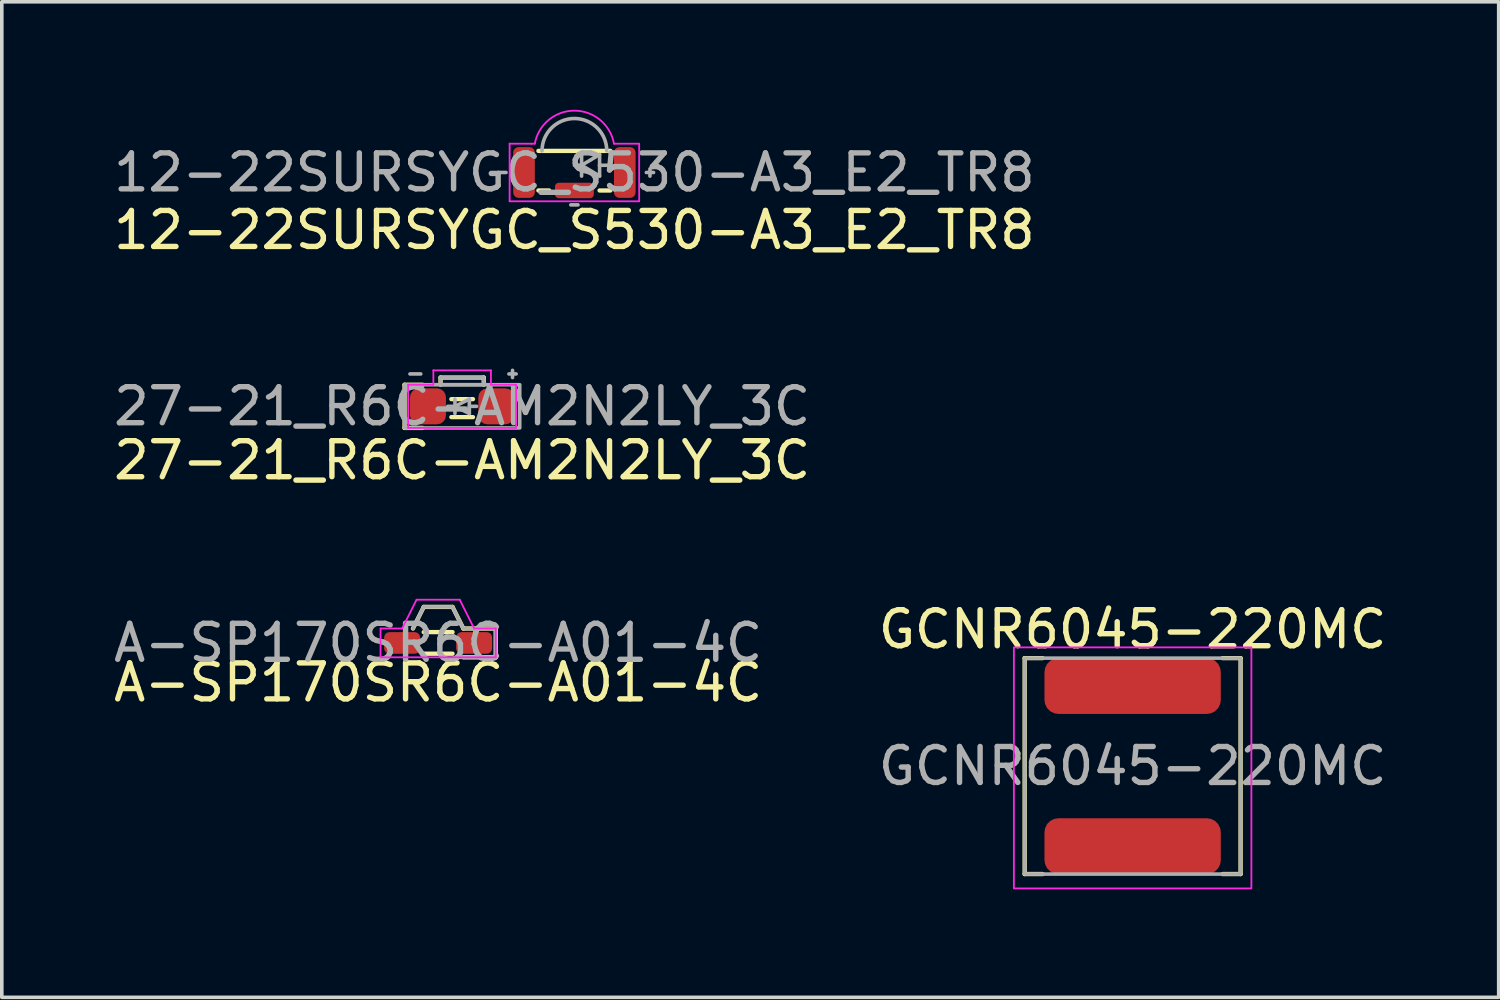
<source format=kicad_pcb>
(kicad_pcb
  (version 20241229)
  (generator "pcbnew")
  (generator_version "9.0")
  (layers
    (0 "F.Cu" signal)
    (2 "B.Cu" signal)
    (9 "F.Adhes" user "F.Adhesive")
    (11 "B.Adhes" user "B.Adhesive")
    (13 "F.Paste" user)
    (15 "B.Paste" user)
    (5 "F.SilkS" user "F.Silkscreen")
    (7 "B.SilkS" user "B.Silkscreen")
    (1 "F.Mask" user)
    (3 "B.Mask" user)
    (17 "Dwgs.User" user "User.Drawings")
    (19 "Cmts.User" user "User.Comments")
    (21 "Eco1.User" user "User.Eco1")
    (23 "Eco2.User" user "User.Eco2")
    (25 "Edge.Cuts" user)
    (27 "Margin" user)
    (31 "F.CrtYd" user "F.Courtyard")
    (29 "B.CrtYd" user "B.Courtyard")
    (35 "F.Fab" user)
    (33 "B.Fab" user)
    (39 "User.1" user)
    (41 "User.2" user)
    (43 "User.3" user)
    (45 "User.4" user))
  (footprint "GCNR6045-220MC"
    (layer "F.Cu")
    (at 28.423 18.238)
    (property "Reference" "GCNR6045-220MC" (at 0 -3.8 0) (unlocked yes) (layer "F.SilkS") (effects (font (size 1 1) (thickness 0.15))))
    (attr smd)
    (fp_line (start -3 3) (end -3 -3) (stroke (width 0.12) (type default)) (layer "F.SilkS"))
    (fp_line (start -3 3) (end -2.5 3) (stroke (width 0.12) (type default)) (layer "F.SilkS"))
    (fp_line (start -2.5 -3) (end -3 -3) (stroke (width 0.12) (type default)) (layer "F.SilkS"))
    (fp_line (start 3 -3) (end 2.5 -3) (stroke (width 0.12) (type default)) (layer "F.SilkS"))
    (fp_line (start 3 3) (end 2.5 3) (stroke (width 0.12) (type default)) (layer "F.SilkS"))
    (fp_line (start 3 3) (end 3 -3) (stroke (width 0.12) (type default)) (layer "F.SilkS"))
    (fp_rect (start -3.3 -3.3) (end 3.3 3.4) (stroke (width 0.05) (type default)) (fill no) (layer "F.CrtYd"))
    (fp_rect (start -3 -3) (end 3 3) (stroke (width 0.1) (type default)) (fill no) (layer "F.Fab"))
    (fp_text user "${REFERENCE}" (at 0 0 0) (unlocked yes) (layer "F.Fab") (effects (font (size 1 1) (thickness 0.15))))
    (pad "1" smd roundrect (at 0 2.225) (size 4.9 1.55) (layers "F.Cu" "F.Mask" "F.Paste") (roundrect_rratio 0.25))
    (pad "2" smd roundrect (at 0 -2.225) (size 4.9 1.55) (layers "F.Cu" "F.Mask" "F.Paste") (roundrect_rratio 0.25)))
  (footprint "27-21_R6C-AM2N2LY_3C"
    (layer "F.Cu")
    (at 9.792 8.241)
    (property "Reference" "27-21_R6C-AM2N2LY_3C" (at 0 1.5 0) (unlocked yes) (layer "F.SilkS") (effects (font (size 1 1) (thickness 0.15))))
    (attr smd)
    (fp_line (start -1.6 -0.6) (end -1.6 0.6) (stroke (width 0.12) (type default)) (layer "F.SilkS"))
    (fp_line (start -1.6 0.6) (end -1.1 0.6) (stroke (width 0.12) (type default)) (layer "F.SilkS"))
    (fp_line (start -1.1 -0.6) (end -1.6 -0.6) (stroke (width 0.12) (type default)) (layer "F.SilkS"))
    (fp_line (start -0.6 -0.8) (end -0.6 -0.6) (stroke (width 0.12) (type default)) (layer "F.SilkS"))
    (fp_line (start -0.3 -0.2) (end 0.3 -0.2) (stroke (width 0.12) (type default)) (layer "F.SilkS"))
    (fp_line (start -0.3 0.3) (end 0.3 0.3) (stroke (width 0.12) (type default)) (layer "F.SilkS"))
    (fp_line (start 0.6 -0.8) (end -0.6 -0.8) (stroke (width 0.12) (type default)) (layer "F.SilkS"))
    (fp_line (start 0.6 -0.8) (end 0.6 -0.6) (stroke (width 0.12) (type default)) (layer "F.SilkS"))
    (fp_line (start -1.5 -0.6) (end -1.5 0.6) (stroke (width 0.05) (type default)) (layer "F.CrtYd"))
    (fp_line (start -1.5 0.6) (end 1.5 0.6) (stroke (width 0.05) (type default)) (layer "F.CrtYd"))
    (fp_line (start -0.8 -1) (end -0.8 -0.6) (stroke (width 0.05) (type default)) (layer "F.CrtYd"))
    (fp_line (start -0.8 -0.6) (end -1.5 -0.6) (stroke (width 0.05) (type default)) (layer "F.CrtYd"))
    (fp_line (start 0.8 -1) (end -0.8 -1) (stroke (width 0.05) (type default)) (layer "F.CrtYd"))
    (fp_line (start 0.8 -0.6) (end 0.8 -1) (stroke (width 0.05) (type default)) (layer "F.CrtYd"))
    (fp_line (start 1.5 -0.6) (end 0.8 -0.6) (stroke (width 0.05) (type default)) (layer "F.CrtYd"))
    (fp_line (start 1.5 0.6) (end 1.5 -0.6) (stroke (width 0.05) (type default)) (layer "F.CrtYd"))
    (fp_line (start -1.45 -0.9) (end -1.15 -0.9) (stroke (width 0.1) (type default)) (layer "F.Fab"))
    (fp_line (start -0.2 -0.2) (end -0.2 0.2) (stroke (width 0.1) (type default)) (layer "F.Fab"))
    (fp_line (start -0.2 0) (end -0.4 0) (stroke (width 0.1) (type default)) (layer "F.Fab"))
    (fp_line (start -0.2 0) (end 0.2 0.2) (stroke (width 0.1) (type default)) (layer "F.Fab"))
    (fp_line (start 0.2 -0.2) (end -0.2 0) (stroke (width 0.1) (type default)) (layer "F.Fab"))
    (fp_line (start 0.2 0) (end 0.4 0) (stroke (width 0.1) (type default)) (layer "F.Fab"))
    (fp_line (start 0.2 0.2) (end 0.2 -0.2) (stroke (width 0.1) (type default)) (layer "F.Fab"))
    (fp_line (start 1.3 -0.9) (end 1.5 -0.9) (stroke (width 0.1) (type default)) (layer "F.Fab"))
    (fp_line (start 1.4 -1) (end 1.4 -0.8) (stroke (width 0.1) (type default)) (layer "F.Fab"))
    (fp_rect (start -1.6 -0.6) (end 1.6 0.6) (stroke (width 0.1) (type default)) (fill no) (layer "F.Fab"))
    (fp_rect (start -0.6 -0.6) (end 0.6 -0.8) (stroke (width 0.1) (type default)) (fill no) (layer "F.Fab"))
    (fp_text user "${REFERENCE}" (at 0 0 0) (unlocked yes) (layer "F.Fab") (effects (font (size 1 1) (thickness 0.15))))
    (pad "1" smd roundrect (at -0.95 0) (size 1 1) (layers "F.Cu" "F.Mask" "F.Paste") (roundrect_rratio 0.25))
    (pad "2" smd roundrect (at 0.95 0) (size 1 1) (layers "F.Cu" "F.Mask" "F.Paste") (roundrect_rratio 0.25)))
  (footprint "A-SP170SR6C-A01-4C"
    (layer "F.Cu")
    (at 9.125 14.815)
    (property "Reference" "A-SP170SR6C-A01-4C" (at 0 1.1 0) (unlocked yes) (layer "F.SilkS") (effects (font (size 1 1) (thickness 0.15))))
    (attr smd)
    (fp_line (start -0.4 -1) (end -0.7 -0.4) (stroke (width 0.12) (type default)) (layer "F.SilkS"))
    (fp_line (start -0.4 -1) (end 0.4 -1) (stroke (width 0.12) (type default)) (layer "F.SilkS"))
    (fp_line (start -0.4 -0.3) (end 0.4 -0.3) (stroke (width 0.12) (type default)) (layer "F.SilkS"))
    (fp_line (start -0.4 0.3) (end 0.4 0.3) (stroke (width 0.12) (type default)) (layer "F.SilkS"))
    (fp_line (start 0.4 -1) (end 0.7 -0.4) (stroke (width 0.12) (type default)) (layer "F.SilkS"))
    (fp_line (start 0.7 -0.4) (end 1.6 -0.4) (stroke (width 0.12) (type default)) (layer "F.SilkS"))
    (fp_line (start 1.6 -0.4) (end 1.6 0.4) (stroke (width 0.12) (type default)) (layer "F.SilkS"))
    (fp_line (start 1.6 0.4) (end 0.7 0.4) (stroke (width 0.12) (type default)) (layer "F.SilkS"))
    (fp_line (start -1.6 -0.4) (end -1.6 0.4) (stroke (width 0.05) (type default)) (layer "F.CrtYd"))
    (fp_line (start -1.6 0.4) (end 1.6 0.4) (stroke (width 0.05) (type default)) (layer "F.CrtYd"))
    (fp_line (start -1 -0.4) (end -1.6 -0.4) (stroke (width 0.05) (type default)) (layer "F.CrtYd"))
    (fp_line (start -0.6 -1.2) (end -1 -0.4) (stroke (width 0.05) (type default)) (layer "F.CrtYd"))
    (fp_line (start 0.6 -1.2) (end -0.6 -1.2) (stroke (width 0.05) (type default)) (layer "F.CrtYd"))
    (fp_line (start 1 -0.4) (end 0.6 -1.2) (stroke (width 0.05) (type default)) (layer "F.CrtYd"))
    (fp_line (start 1.6 -0.4) (end 1 -0.4) (stroke (width 0.05) (type default)) (layer "F.CrtYd"))
    (fp_line (start 1.6 0.4) (end 1.6 -0.4) (stroke (width 0.05) (type default)) (layer "F.CrtYd"))
    (fp_line (start -0.7 -0.4) (end -0.4 -1) (stroke (width 0.1) (type default)) (layer "F.Fab"))
    (fp_line (start -0.4 -1) (end 0.4 -1) (stroke (width 0.1) (type default)) (layer "F.Fab"))
    (fp_line (start 0.4 -1) (end 0.7 -0.4) (stroke (width 0.1) (type default)) (layer "F.Fab"))
    (fp_line (start 0.7 -0.4) (end 1.6 -0.4) (stroke (width 0.1) (type default)) (layer "F.Fab"))
    (fp_line (start 1.6 -0.4) (end 1.6 0.4) (stroke (width 0.1) (type default)) (layer "F.Fab"))
    (fp_line (start 1.6 0.4) (end 0.6 0.4) (stroke (width 0.1) (type default)) (layer "F.Fab"))
    (fp_text user "${REFERENCE}" (at 0 0 0) (unlocked yes) (layer "F.Fab") (effects (font (size 1 1) (thickness 0.15))))
    (pad "1" smd roundrect (at -1 0) (size 1 0.6) (layers "F.Cu" "F.Mask" "F.Paste") (roundrect_rratio 0.25))
    (pad "2" smd roundrect (at 1 0) (size 1 0.6) (layers "F.Cu" "F.Mask" "F.Paste") (roundrect_rratio 0.25)))
  (footprint "12-22SURSYGC_S530-A3_E2_TR8"
    (layer "F.Cu")
    (at 12.911 1.743)
    (property "Reference" "12-22SURSYGC_S530-A3_E2_TR8" (at 0 1.6 0) (unlocked yes) (layer "F.SilkS") (effects (font (size 1 1) (thickness 0.15))))
    (attr smd)
    (fp_line (start -1 0.5) (end -0.7 0.5) (stroke (width 0.12) (type default)) (layer "F.SilkS"))
    (fp_line (start 0.7 0.5) (end 1 0.5) (stroke (width 0.12) (type default)) (layer "F.SilkS"))
    (fp_line (start 0.9 -0.6) (end -1 -0.6) (stroke (width 0.12) (type default)) (layer "F.SilkS"))
    (fp_line (start 0.9 -0.6) (end 1 -0.6) (stroke (width 0.12) (type default)) (layer "F.SilkS"))
    (fp_line (start -1.8 -0.8) (end -1.8 0.8) (stroke (width 0.05) (type default)) (layer "F.CrtYd"))
    (fp_line (start -1.8 0.8) (end 1.8 0.8) (stroke (width 0.05) (type default)) (layer "F.CrtYd"))
    (fp_line (start -1.2 -0.8) (end -1.8 -0.8) (stroke (width 0.05) (type default)) (layer "F.CrtYd"))
    (fp_line (start -1.2 -0.8) (end -1.1 -0.8) (stroke (width 0.05) (type default)) (layer "F.CrtYd"))
    (fp_line (start 1.8 -0.8) (end 1.1 -0.8) (stroke (width 0.05) (type default)) (layer "F.CrtYd"))
    (fp_line (start 1.8 0.8) (end 1.8 -0.8) (stroke (width 0.05) (type default)) (layer "F.CrtYd"))
    (fp_arc (start -1.099999 -0.8) (mid 0 -1.718033) (end 1.099999 -0.8) (stroke (width 0.05) (type default)) (layer "F.CrtYd"))
    (fp_line (start -1.9 0) (end -2.1 0) (stroke (width 0.1) (type default)) (layer "F.Fab"))
    (fp_line (start -0.1 0.9) (end 0.1 0.9) (stroke (width 0.1) (type default)) (layer "F.Fab"))
    (fp_line (start 0.2 -0.2) (end 0 -0.2) (stroke (width 0.1) (type default)) (layer "F.Fab"))
    (fp_line (start 0.2 -0.2) (end 0.7 0.1) (stroke (width 0.1) (type default)) (layer "F.Fab"))
    (fp_line (start 0.2 0.1) (end 0.2 -0.5) (stroke (width 0.1) (type default)) (layer "F.Fab"))
    (fp_line (start 0.7 -0.5) (end 0.2 -0.2) (stroke (width 0.1) (type default)) (layer "F.Fab"))
    (fp_line (start 0.7 -0.2) (end 0.7 -0.5) (stroke (width 0.1) (type default)) (layer "F.Fab"))
    (fp_line (start 0.7 0.1) (end 0.7 -0.2) (stroke (width 0.1) (type default)) (layer "F.Fab"))
    (fp_line (start 1 -0.2) (end 0.7 -0.2) (stroke (width 0.1) (type default)) (layer "F.Fab"))
    (fp_line (start 2 0) (end 2.2 0) (stroke (width 0.1) (type default)) (layer "F.Fab"))
    (fp_line (start 2.1 -0.1) (end 2.1 0.1) (stroke (width 0.1) (type default)) (layer "F.Fab"))
    (fp_arc (start -0.9 -0.6) (mid 0 -1.5) (end 0.9 -0.6) (stroke (width 0.1) (type default)) (layer "F.Fab"))
    (fp_text user "${REFERENCE}" (at 0 0 0) (unlocked yes) (layer "F.Fab") (effects (font (size 1 1) (thickness 0.15))))
    (pad "1" smd roundrect (at 1.4 0) (size 0.6 1.41) (layers "F.Cu" "F.Mask" "F.Paste") (roundrect_rratio 0.25))
    (pad "2" smd roundrect (at 0 0.5) (size 1.08 0.43) (layers "F.Cu" "F.Mask" "F.Paste") (roundrect_rratio 0.25))
    (pad "3" smd roundrect (at -1.4 0) (size 0.6 1.41) (layers "F.Cu" "F.Mask" "F.Paste") (roundrect_rratio 0.25)))
  (gr_rect
    (start -3 -3)
    (end 38.595 24.663)
    (stroke (width 0.1) (type default))
    (fill no)
    (layer "Edge.Cuts")))
</source>
